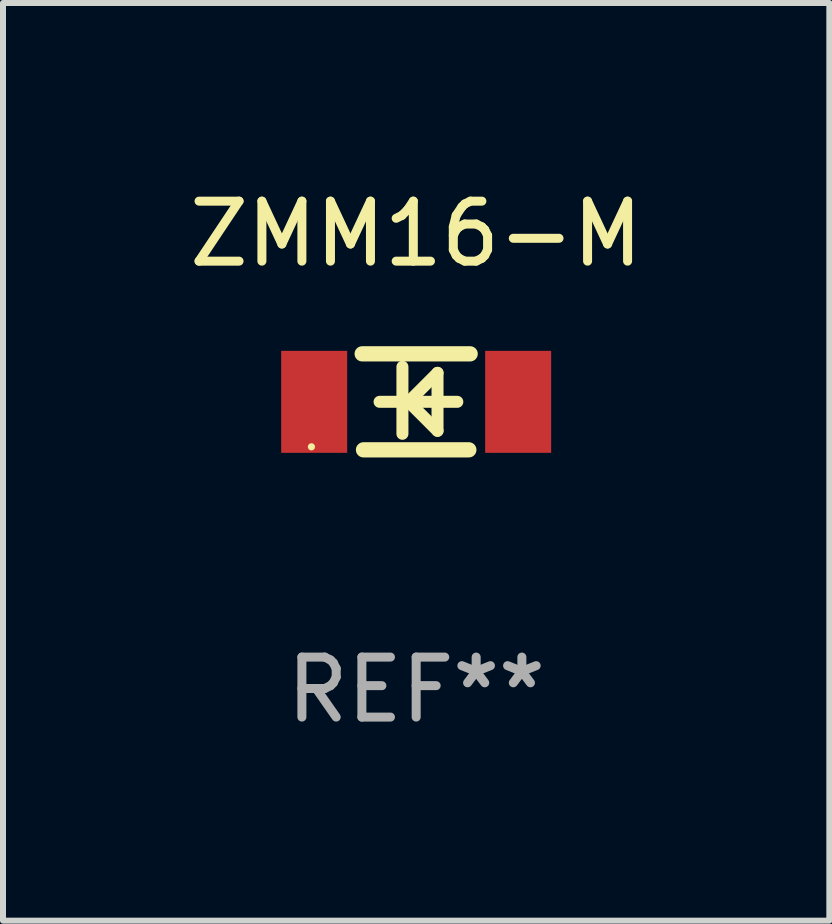
<source format=kicad_pcb>
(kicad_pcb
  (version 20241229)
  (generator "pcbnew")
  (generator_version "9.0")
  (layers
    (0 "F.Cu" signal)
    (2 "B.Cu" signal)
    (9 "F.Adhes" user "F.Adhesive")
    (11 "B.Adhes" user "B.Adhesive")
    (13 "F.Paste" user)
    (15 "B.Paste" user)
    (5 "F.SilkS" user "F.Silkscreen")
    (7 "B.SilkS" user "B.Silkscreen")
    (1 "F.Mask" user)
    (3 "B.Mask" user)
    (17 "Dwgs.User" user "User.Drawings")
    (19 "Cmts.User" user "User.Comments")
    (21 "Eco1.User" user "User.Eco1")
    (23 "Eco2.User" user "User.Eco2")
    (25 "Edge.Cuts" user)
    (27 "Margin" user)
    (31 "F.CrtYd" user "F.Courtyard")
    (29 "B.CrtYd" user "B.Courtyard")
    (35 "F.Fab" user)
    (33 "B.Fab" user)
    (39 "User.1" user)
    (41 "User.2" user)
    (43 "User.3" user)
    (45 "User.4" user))
  (footprint "ZMM16-M"
    (layer "F.Cu")
    (at 3.887 3.648)
    (property "Reference" "ZMM16-M" (at 0 -2.8 0) (layer "F.SilkS") (effects (font (size 1 1) (thickness 0.15))))
    (attr through_hole)
    (fp_line (start -0.9 -0.8) (end 0.9 -0.8) (stroke (width 0.254) (type solid)) (layer "F.SilkS"))
    (fp_line (start -0.878 0.8) (end 0.878 0.8) (stroke (width 0.254) (type solid)) (layer "F.SilkS"))
    (fp_line (start -0.61 0) (end 0.686 0) (stroke (width 0.2) (type solid)) (layer "F.SilkS"))
    (fp_line (start -0.229 -0.584) (end -0.229 0.533) (stroke (width 0.2) (type solid)) (layer "F.SilkS"))
    (fp_line (start -0.127 0) (end 0.356 -0.483) (stroke (width 0.2) (type solid)) (layer "F.SilkS"))
    (fp_line (start 0.356 -0.483) (end 0.356 0.483) (stroke (width 0.2) (type solid)) (layer "F.SilkS"))
    (fp_line (start 0.356 0.483) (end -0.102 0.025) (stroke (width 0.2) (type solid)) (layer "F.SilkS"))
    (fp_circle (center -1.746 0.75) (end -1.716 0.75) (stroke (width 0.06) (type solid)) (fill no) (layer "F.SilkS"))
    (fp_text user "REF**" (at 0 4.8 0) (layer "F.Fab") (effects (font (size 1 1) (thickness 0.15))))
    (pad "1" smd rect (at -1.7 0 180) (size 1.1 1.7) (layers "F.Cu" "F.Mask" "F.Paste"))
    (pad "2" smd rect (at 1.7 0 180) (size 1.1 1.7) (layers "F.Cu" "F.Mask" "F.Paste")))
  (gr_rect
    (start -3 -3)
    (end 10.774 12.296)
    (stroke (width 0.1) (type default))
    (fill no)
    (layer "Edge.Cuts")))
</source>
